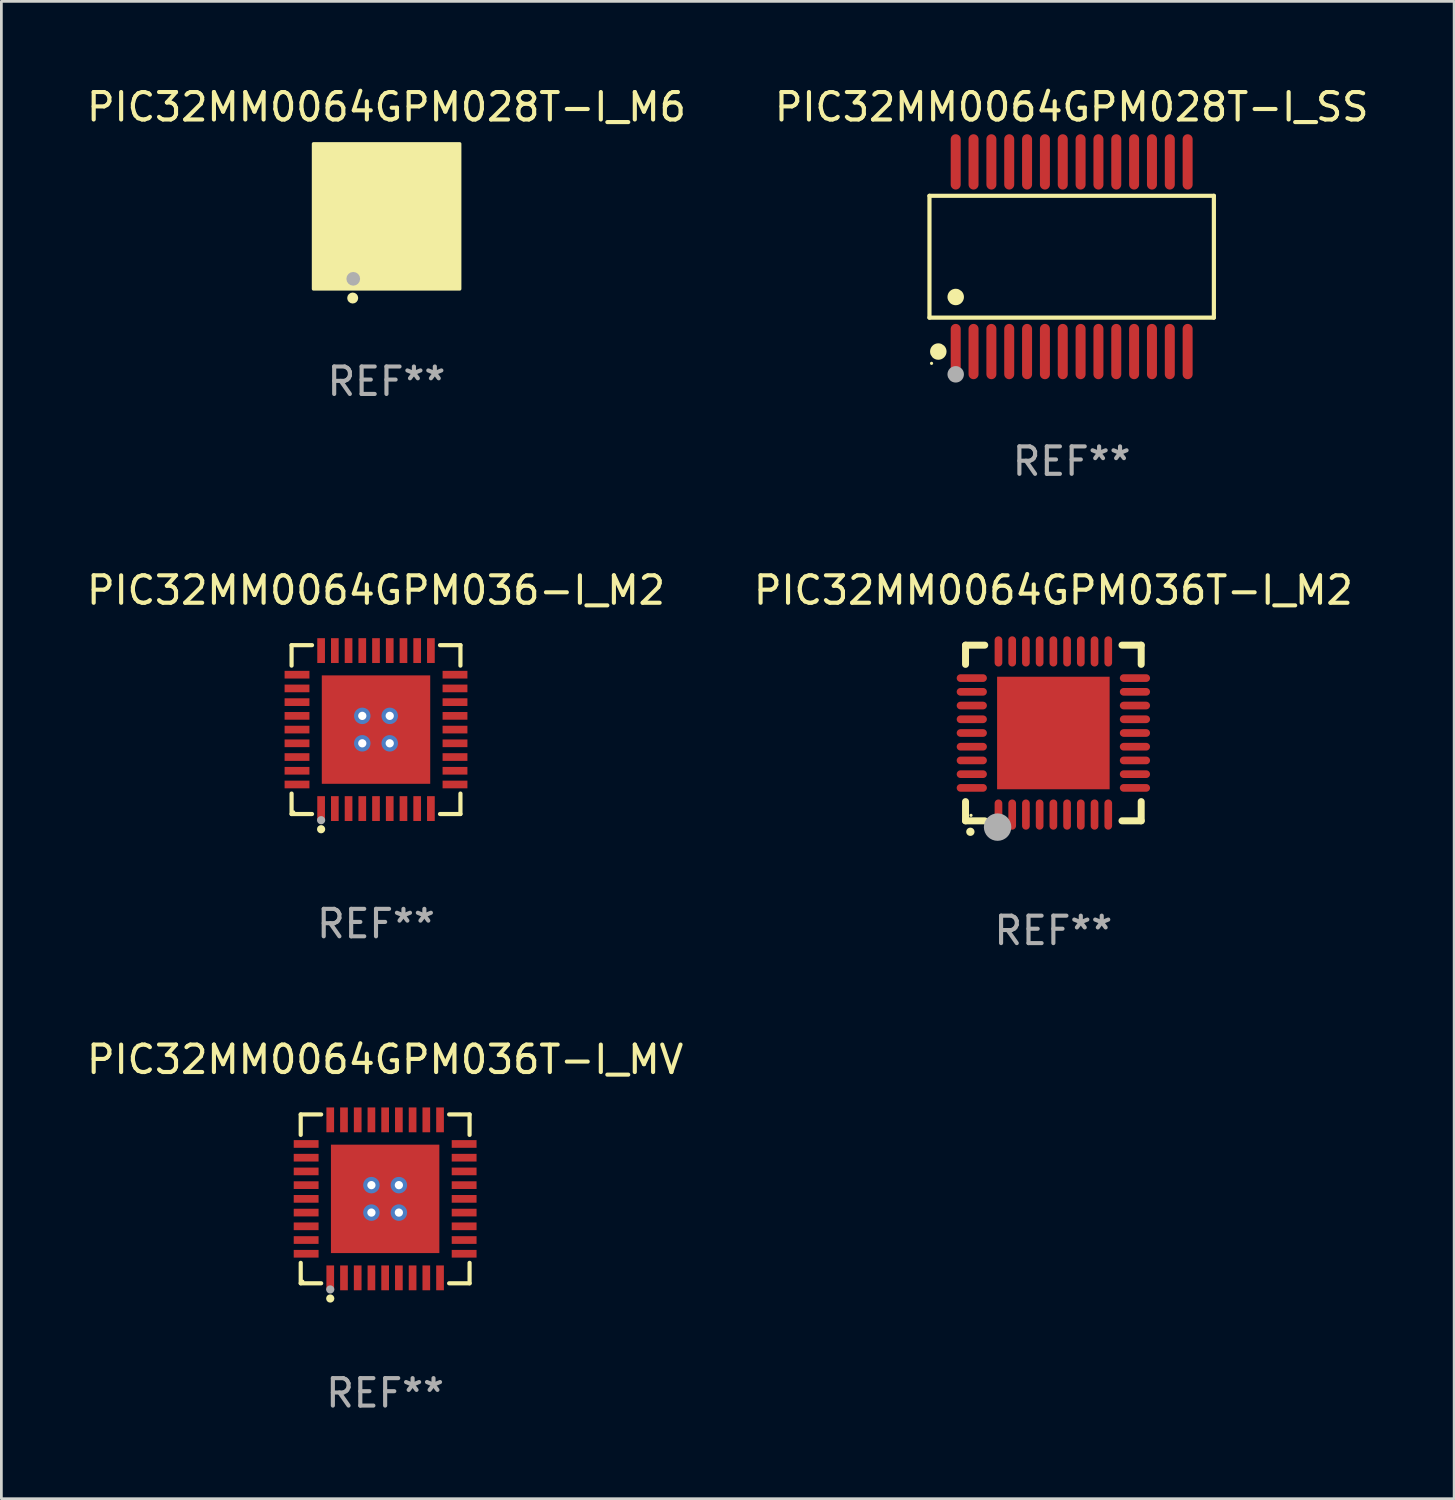
<source format=kicad_pcb>
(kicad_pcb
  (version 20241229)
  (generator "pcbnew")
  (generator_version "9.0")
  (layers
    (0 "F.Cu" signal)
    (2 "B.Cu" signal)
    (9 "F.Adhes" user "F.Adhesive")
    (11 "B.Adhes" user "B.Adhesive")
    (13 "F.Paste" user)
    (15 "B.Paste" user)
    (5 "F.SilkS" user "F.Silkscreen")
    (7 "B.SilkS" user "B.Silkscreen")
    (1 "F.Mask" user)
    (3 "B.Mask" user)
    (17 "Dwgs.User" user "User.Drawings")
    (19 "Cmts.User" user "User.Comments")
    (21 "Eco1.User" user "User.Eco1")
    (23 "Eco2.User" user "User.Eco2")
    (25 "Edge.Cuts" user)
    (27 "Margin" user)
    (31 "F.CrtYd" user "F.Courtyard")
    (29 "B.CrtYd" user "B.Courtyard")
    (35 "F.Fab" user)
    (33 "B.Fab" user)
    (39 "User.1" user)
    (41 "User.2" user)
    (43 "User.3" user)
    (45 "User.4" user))
  (footprint "PIC32MM0064GPM028T-I_M6"
    (layer "F.Cu")
    (at 11.03 4.848)
    (property "Reference" "PIC32MM0064GPM028T-I_M6" (at 0 -4 0) (layer "F.SilkS") (effects (font (size 1 1) (thickness 0.15))))
    (attr through_hole)
    (fp_circle (center -2 2) (end -1.97 2) (stroke (width 0.06) (type solid)) (fill no) (layer "F.SilkS"))
    (fp_circle (center -1.23 2.96) (end -1.13 2.96) (stroke (width 0.2) (type solid)) (fill no) (layer "F.SilkS"))
    (fp_poly (pts (xy -2.66 -2.66) (xy 2.67 -2.66) (xy 2.67 2.63) (xy -2.66 2.63)) (stroke (width 0.12) (type solid)) (fill yes) (layer "F.SilkS"))
    (fp_circle (center -1.21 2.26) (end -1.085 2.26) (stroke (width 0.25) (type solid)) (fill no) (layer "F.Fab"))
    (fp_text user "REF**" (at 0 6 0) (layer "F.Fab") (effects (font (size 1 1) (thickness 0.15))))
    (pad "1" smd rect (at -1.2 2 180) (size 0.2 0.85) (layers "F.Cu" "F.Mask" "F.Paste"))
    (pad "2" smd rect (at -0.8 2 180) (size 0.2 0.85) (layers "F.Cu" "F.Mask" "F.Paste"))
    (pad "3" smd rect (at -0.4 2 180) (size 0.2 0.85) (layers "F.Cu" "F.Mask" "F.Paste"))
    (pad "4" smd rect (at -0.000025 2 180) (size 0.2 0.85) (layers "F.Cu" "F.Mask" "F.Paste"))
    (pad "5" smd rect (at 0.4 2 180) (size 0.2 0.85) (layers "F.Cu" "F.Mask" "F.Paste"))
    (pad "6" smd rect (at 0.8 2 180) (size 0.2 0.85) (layers "F.Cu" "F.Mask" "F.Paste"))
    (pad "7" smd rect (at 1.2 2 180) (size 0.2 0.85) (layers "F.Cu" "F.Mask" "F.Paste"))
    (pad "8" smd rect (at 2 1.2 270) (size 0.2 0.85) (layers "F.Cu" "F.Mask" "F.Paste"))
    (pad "9" smd rect (at 2 0.8 270) (size 0.2 0.85) (layers "F.Cu" "F.Mask" "F.Paste"))
    (pad "10" smd rect (at 2 0.4 270) (size 0.2 0.85) (layers "F.Cu" "F.Mask" "F.Paste"))
    (pad "11" smd rect (at 2 -0.000025 270) (size 0.2 0.85) (layers "F.Cu" "F.Mask" "F.Paste"))
    (pad "12" smd rect (at 2 -0.4 270) (size 0.2 0.85) (layers "F.Cu" "F.Mask" "F.Paste"))
    (pad "13" smd rect (at 2 -0.8 270) (size 0.2 0.85) (layers "F.Cu" "F.Mask" "F.Paste"))
    (pad "14" smd rect (at 2 -1.2 270) (size 0.2 0.85) (layers "F.Cu" "F.Mask" "F.Paste"))
    (pad "15" smd rect (at 1.2 -2) (size 0.2 0.85) (layers "F.Cu" "F.Mask" "F.Paste"))
    (pad "16" smd rect (at 0.8 -2) (size 0.2 0.85) (layers "F.Cu" "F.Mask" "F.Paste"))
    (pad "17" smd rect (at 0.4 -2) (size 0.2 0.85) (layers "F.Cu" "F.Mask" "F.Paste"))
    (pad "18" smd rect (at -0.000051 -2) (size 0.2 0.85) (layers "F.Cu" "F.Mask" "F.Paste"))
    (pad "19" smd rect (at -0.4 -2) (size 0.2 0.85) (layers "F.Cu" "F.Mask" "F.Paste"))
    (pad "20" smd rect (at -0.8 -2) (size 0.2 0.85) (layers "F.Cu" "F.Mask" "F.Paste"))
    (pad "21" smd rect (at -1.2 -2) (size 0.2 0.85) (layers "F.Cu" "F.Mask" "F.Paste"))
    (pad "22" smd rect (at -2 -1.2 90) (size 0.2 0.85) (layers "F.Cu" "F.Mask" "F.Paste"))
    (pad "23" smd rect (at -2 -0.8 90) (size 0.2 0.85) (layers "F.Cu" "F.Mask" "F.Paste"))
    (pad "24" smd rect (at -2 -0.4 90) (size 0.2 0.85) (layers "F.Cu" "F.Mask" "F.Paste"))
    (pad "25" smd rect (at -2 -0.000025 90) (size 0.2 0.85) (layers "F.Cu" "F.Mask" "F.Paste"))
    (pad "26" smd rect (at -2 0.4 90) (size 0.2 0.85) (layers "F.Cu" "F.Mask" "F.Paste"))
    (pad "27" smd rect (at -2 0.8 90) (size 0.2 0.85) (layers "F.Cu" "F.Mask" "F.Paste"))
    (pad "28" smd rect (at -2 1.2 90) (size 0.2 0.85) (layers "F.Cu" "F.Mask" "F.Paste"))
    (pad "29" smd rect (at -1.95 -1.95 90) (size 0.78 0.78) (layers "F.Cu" "F.Mask" "F.Paste"))
    (pad "29" smd rect (at -1.95 1.95 90) (size 0.78 0.78) (layers "F.Cu" "F.Mask" "F.Paste"))
    (pad "29" smd rect (at 0.000254 0 90) (size 2 2) (layers "F.Cu" "F.Mask" "F.Paste"))
    (pad "29" smd rect (at 1.95 -1.95 90) (size 0.78 0.78) (layers "F.Cu" "F.Mask" "F.Paste"))
    (pad "29" smd rect (at 1.95 1.95 90) (size 0.78 0.78) (layers "F.Cu" "F.Mask" "F.Paste")))
  (footprint "PIC32MM0064GPM036-I_M2"
    (layer "F.Cu")
    (at 10.649 23.531)
    (property "Reference" "PIC32MM0064GPM036-I_M2" (at 0 -5.076 0) (layer "F.SilkS") (effects (font (size 1 1) (thickness 0.15))))
    (attr through_hole)
    (fp_line (start -3.076 -3.076) (end -2.331 -3.076) (stroke (width 0.152) (type solid)) (layer "F.SilkS"))
    (fp_line (start -3.076 -2.331) (end -3.076 -3.076) (stroke (width 0.152) (type solid)) (layer "F.SilkS"))
    (fp_line (start -3.076 2.331) (end -3.076 3.076) (stroke (width 0.152) (type solid)) (layer "F.SilkS"))
    (fp_line (start -3.076 3.076) (end -2.331 3.076) (stroke (width 0.152) (type solid)) (layer "F.SilkS"))
    (fp_line (start 3.076 -3.076) (end 2.331 -3.076) (stroke (width 0.152) (type solid)) (layer "F.SilkS"))
    (fp_line (start 3.076 -2.331) (end 3.076 -3.076) (stroke (width 0.152) (type solid)) (layer "F.SilkS"))
    (fp_line (start 3.076 2.331) (end 3.076 3.076) (stroke (width 0.152) (type solid)) (layer "F.SilkS"))
    (fp_line (start 3.076 3.076) (end 2.331 3.076) (stroke (width 0.152) (type solid)) (layer "F.SilkS"))
    (fp_circle (center -3 3) (end -2.97 3) (stroke (width 0.06) (type solid)) (fill no) (layer "F.SilkS"))
    (fp_circle (center -2 3.63) (end -1.925 3.63) (stroke (width 0.15) (type solid)) (fill no) (layer "F.SilkS"))
    (fp_circle (center -2 3.3) (end -1.925 3.3) (stroke (width 0.15) (type solid)) (fill no) (layer "F.Fab"))
    (fp_text user "REF**" (at 0 7.076 0) (layer "F.Fab") (effects (font (size 1 1) (thickness 0.15))))
    (pad "1" smd rect (at -2 2.878) (size 0.28 0.905) (layers "F.Cu" "F.Mask" "F.Paste"))
    (pad "2" smd rect (at -1.5 2.878) (size 0.28 0.905) (layers "F.Cu" "F.Mask" "F.Paste"))
    (pad "3" smd rect (at -1 2.878) (size 0.28 0.905) (layers "F.Cu" "F.Mask" "F.Paste"))
    (pad "4" smd rect (at -0.5 2.878) (size 0.28 0.905) (layers "F.Cu" "F.Mask" "F.Paste"))
    (pad "5" smd rect (at 0 2.878) (size 0.28 0.905) (layers "F.Cu" "F.Mask" "F.Paste"))
    (pad "6" smd rect (at 0.5 2.878) (size 0.28 0.905) (layers "F.Cu" "F.Mask" "F.Paste"))
    (pad "7" smd rect (at 1 2.878) (size 0.28 0.905) (layers "F.Cu" "F.Mask" "F.Paste"))
    (pad "8" smd rect (at 1.5 2.878) (size 0.28 0.905) (layers "F.Cu" "F.Mask" "F.Paste"))
    (pad "9" smd rect (at 2 2.878) (size 0.28 0.905) (layers "F.Cu" "F.Mask" "F.Paste"))
    (pad "10" smd rect (at 2.878 2) (size 0.905 0.28) (layers "F.Cu" "F.Mask" "F.Paste"))
    (pad "11" smd rect (at 2.878 1.5) (size 0.905 0.28) (layers "F.Cu" "F.Mask" "F.Paste"))
    (pad "12" smd rect (at 2.878 1) (size 0.905 0.28) (layers "F.Cu" "F.Mask" "F.Paste"))
    (pad "13" smd rect (at 2.878 0.5) (size 0.905 0.28) (layers "F.Cu" "F.Mask" "F.Paste"))
    (pad "14" smd rect (at 2.878 0) (size 0.905 0.28) (layers "F.Cu" "F.Mask" "F.Paste"))
    (pad "15" smd rect (at 2.878 -0.5) (size 0.905 0.28) (layers "F.Cu" "F.Mask" "F.Paste"))
    (pad "16" smd rect (at 2.878 -1) (size 0.905 0.28) (layers "F.Cu" "F.Mask" "F.Paste"))
    (pad "17" smd rect (at 2.878 -1.5) (size 0.905 0.28) (layers "F.Cu" "F.Mask" "F.Paste"))
    (pad "18" smd rect (at 2.878 -2) (size 0.905 0.28) (layers "F.Cu" "F.Mask" "F.Paste"))
    (pad "19" smd rect (at 2 -2.878) (size 0.28 0.905) (layers "F.Cu" "F.Mask" "F.Paste"))
    (pad "20" smd rect (at 1.5 -2.878) (size 0.28 0.905) (layers "F.Cu" "F.Mask" "F.Paste"))
    (pad "21" smd rect (at 1 -2.878) (size 0.28 0.905) (layers "F.Cu" "F.Mask" "F.Paste"))
    (pad "22" smd rect (at 0.5 -2.878) (size 0.28 0.905) (layers "F.Cu" "F.Mask" "F.Paste"))
    (pad "23" smd rect (at 0 -2.878) (size 0.28 0.905) (layers "F.Cu" "F.Mask" "F.Paste"))
    (pad "24" smd rect (at -0.5 -2.878) (size 0.28 0.905) (layers "F.Cu" "F.Mask" "F.Paste"))
    (pad "25" smd rect (at -1 -2.878) (size 0.28 0.905) (layers "F.Cu" "F.Mask" "F.Paste"))
    (pad "26" smd rect (at -1.5 -2.878) (size 0.28 0.905) (layers "F.Cu" "F.Mask" "F.Paste"))
    (pad "27" smd rect (at -2 -2.878) (size 0.28 0.905) (layers "F.Cu" "F.Mask" "F.Paste"))
    (pad "28" smd rect (at -2.878 -2) (size 0.905 0.28) (layers "F.Cu" "F.Mask" "F.Paste"))
    (pad "29" smd rect (at -2.878 -1.5) (size 0.905 0.28) (layers "F.Cu" "F.Mask" "F.Paste"))
    (pad "30" smd rect (at -2.878 -1) (size 0.905 0.28) (layers "F.Cu" "F.Mask" "F.Paste"))
    (pad "31" smd rect (at -2.878 -0.5) (size 0.905 0.28) (layers "F.Cu" "F.Mask" "F.Paste"))
    (pad "32" smd rect (at -2.878 0) (size 0.905 0.28) (layers "F.Cu" "F.Mask" "F.Paste"))
    (pad "33" smd rect (at -2.878 0.5) (size 0.905 0.28) (layers "F.Cu" "F.Mask" "F.Paste"))
    (pad "34" smd rect (at -2.878 1) (size 0.905 0.28) (layers "F.Cu" "F.Mask" "F.Paste"))
    (pad "35" smd rect (at -2.878 1.5) (size 0.905 0.28) (layers "F.Cu" "F.Mask" "F.Paste"))
    (pad "36" smd rect (at -2.878 2) (size 0.905 0.28) (layers "F.Cu" "F.Mask" "F.Paste"))
    (pad "37" thru_hole circle (at -0.5 -0.5) (size 0.6 0.6) (drill 0.3) (layers "*.Cu" "*.Mask"))
    (pad "37" thru_hole circle (at -0.5 0.5) (size 0.6 0.6) (drill 0.3) (layers "*.Cu" "*.Mask"))
    (pad "37" smd rect (at 0 0) (size 3.95 3.95) (layers "F.Cu" "F.Mask" "F.Paste"))
    (pad "37" thru_hole circle (at 0.5 -0.5) (size 0.6 0.6) (drill 0.3) (layers "*.Cu" "*.Mask"))
    (pad "37" thru_hole circle (at 0.5 0.5) (size 0.6 0.6) (drill 0.3) (layers "*.Cu" "*.Mask")))
  (footprint "PIC32MM0064GPM028T-I_SS"
    (layer "F.Cu")
    (at 35.994 6.303)
    (property "Reference" "PIC32MM0064GPM028T-I_SS" (at 0 -5.455 0) (layer "F.SilkS") (effects (font (size 1 1) (thickness 0.15))))
    (attr through_hole)
    (fp_line (start -5.181 -2.219) (end 5.181 -2.219) (stroke (width 0.152) (type solid)) (layer "F.SilkS"))
    (fp_line (start -5.181 2.219) (end -5.181 -2.219) (stroke (width 0.152) (type solid)) (layer "F.SilkS"))
    (fp_line (start 5.181 -2.219) (end 5.181 2.219) (stroke (width 0.152) (type solid)) (layer "F.SilkS"))
    (fp_line (start 5.181 2.219) (end -5.181 2.219) (stroke (width 0.152) (type solid)) (layer "F.SilkS"))
    (fp_circle (center -5.105 3.885) (end -5.075 3.885) (stroke (width 0.06) (type solid)) (fill no) (layer "F.SilkS"))
    (fp_circle (center -4.859 3.455) (end -4.709 3.455) (stroke (width 0.3) (type solid)) (fill no) (layer "F.SilkS"))
    (fp_circle (center -4.225 1.467) (end -4.075 1.467) (stroke (width 0.3) (type solid)) (fill no) (layer "F.SilkS"))
    (fp_circle (center -4.225 4.285) (end -4.075 4.285) (stroke (width 0.3) (type solid)) (fill no) (layer "F.Fab"))
    (fp_text user "REF**" (at 0 7.455 0) (layer "F.Fab") (effects (font (size 1 1) (thickness 0.15))))
    (pad "1" smd oval (at -4.225 3.455) (size 0.364 2.015) (layers "F.Cu" "F.Mask" "F.Paste"))
    (pad "2" smd oval (at -3.575 3.455) (size 0.364 2.015) (layers "F.Cu" "F.Mask" "F.Paste"))
    (pad "3" smd oval (at -2.925 3.455) (size 0.364 2.015) (layers "F.Cu" "F.Mask" "F.Paste"))
    (pad "4" smd oval (at -2.275 3.455) (size 0.364 2.015) (layers "F.Cu" "F.Mask" "F.Paste"))
    (pad "5" smd oval (at -1.625 3.455) (size 0.364 2.015) (layers "F.Cu" "F.Mask" "F.Paste"))
    (pad "6" smd oval (at -0.975 3.455) (size 0.364 2.015) (layers "F.Cu" "F.Mask" "F.Paste"))
    (pad "7" smd oval (at -0.325 3.455) (size 0.364 2.015) (layers "F.Cu" "F.Mask" "F.Paste"))
    (pad "8" smd oval (at 0.325 3.455) (size 0.364 2.015) (layers "F.Cu" "F.Mask" "F.Paste"))
    (pad "9" smd oval (at 0.975 3.455) (size 0.364 2.015) (layers "F.Cu" "F.Mask" "F.Paste"))
    (pad "10" smd oval (at 1.625 3.455) (size 0.364 2.015) (layers "F.Cu" "F.Mask" "F.Paste"))
    (pad "11" smd oval (at 2.275 3.455) (size 0.364 2.015) (layers "F.Cu" "F.Mask" "F.Paste"))
    (pad "12" smd oval (at 2.925 3.455) (size 0.364 2.015) (layers "F.Cu" "F.Mask" "F.Paste"))
    (pad "13" smd oval (at 3.575 3.455) (size 0.364 2.015) (layers "F.Cu" "F.Mask" "F.Paste"))
    (pad "14" smd oval (at 4.225 3.455) (size 0.364 2.015) (layers "F.Cu" "F.Mask" "F.Paste"))
    (pad "15" smd oval (at 4.225 -3.455) (size 0.364 2.015) (layers "F.Cu" "F.Mask" "F.Paste"))
    (pad "16" smd oval (at 3.575 -3.455) (size 0.364 2.015) (layers "F.Cu" "F.Mask" "F.Paste"))
    (pad "17" smd oval (at 2.925 -3.455) (size 0.364 2.015) (layers "F.Cu" "F.Mask" "F.Paste"))
    (pad "18" smd oval (at 2.275 -3.455) (size 0.364 2.015) (layers "F.Cu" "F.Mask" "F.Paste"))
    (pad "19" smd oval (at 1.625 -3.455) (size 0.364 2.015) (layers "F.Cu" "F.Mask" "F.Paste"))
    (pad "20" smd oval (at 0.975 -3.455) (size 0.364 2.015) (layers "F.Cu" "F.Mask" "F.Paste"))
    (pad "21" smd oval (at 0.325 -3.455) (size 0.364 2.015) (layers "F.Cu" "F.Mask" "F.Paste"))
    (pad "22" smd oval (at -0.325 -3.455) (size 0.364 2.015) (layers "F.Cu" "F.Mask" "F.Paste"))
    (pad "23" smd oval (at -0.975 -3.455) (size 0.364 2.015) (layers "F.Cu" "F.Mask" "F.Paste"))
    (pad "24" smd oval (at -1.625 -3.455) (size 0.364 2.015) (layers "F.Cu" "F.Mask" "F.Paste"))
    (pad "25" smd oval (at -2.275 -3.455) (size 0.364 2.015) (layers "F.Cu" "F.Mask" "F.Paste"))
    (pad "26" smd oval (at -2.925 -3.455) (size 0.364 2.015) (layers "F.Cu" "F.Mask" "F.Paste"))
    (pad "27" smd oval (at -3.575 -3.455) (size 0.364 2.015) (layers "F.Cu" "F.Mask" "F.Paste"))
    (pad "28" smd oval (at -4.225 -3.455) (size 0.364 2.015) (layers "F.Cu" "F.Mask" "F.Paste")))
  (footprint "PIC32MM0064GPM036T-I_M2"
    (layer "F.Cu")
    (at 35.327 23.655)
    (property "Reference" "PIC32MM0064GPM036T-I_M2" (at 0 -5.2 0) (layer "F.SilkS") (effects (font (size 1 1) (thickness 0.15))))
    (attr through_hole)
    (fp_line (start -3.2 -3.2) (end -2.5 -3.2) (stroke (width 0.254) (type solid)) (layer "F.SilkS"))
    (fp_line (start -3.2 -2.5) (end -3.2 -3.2) (stroke (width 0.254) (type solid)) (layer "F.SilkS"))
    (fp_line (start -3.2 3.2) (end -3.2 2.5) (stroke (width 0.254) (type solid)) (layer "F.SilkS"))
    (fp_line (start -2.5 3.2) (end -3.2 3.2) (stroke (width 0.254) (type solid)) (layer "F.SilkS"))
    (fp_line (start 3.2 -3.2) (end 2.5 -3.2) (stroke (width 0.254) (type solid)) (layer "F.SilkS"))
    (fp_line (start 3.2 -2.5) (end 3.2 -3.2) (stroke (width 0.254) (type solid)) (layer "F.SilkS"))
    (fp_line (start 3.2 2.5) (end 3.2 3.2) (stroke (width 0.254) (type solid)) (layer "F.SilkS"))
    (fp_line (start 3.2 3.2) (end 2.5 3.2) (stroke (width 0.254) (type solid)) (layer "F.SilkS"))
    (fp_arc (start -3.025146 3.599187) (mid -3.023876 3.599182) (end -3.022606 3.599187) (stroke (width 0.3) (type solid)) (layer "F.SilkS"))
    (fp_circle (center -3 3) (end -2.97 3) (stroke (width 0.06) (type solid)) (fill no) (layer "F.SilkS"))
    (fp_circle (center -2.032 3.429) (end -1.782 3.429) (stroke (width 0.5) (type solid)) (fill no) (layer "F.Fab"))
    (fp_text user "REF**" (at 0 7.2 0) (layer "F.Fab") (effects (font (size 1 1) (thickness 0.15))))
    (pad "1" smd oval (at -2 2.972) (size 0.28 1.1) (layers "F.Cu" "F.Mask" "F.Paste"))
    (pad "2" smd oval (at -1.5 2.972) (size 0.28 1.1) (layers "F.Cu" "F.Mask" "F.Paste"))
    (pad "3" smd oval (at -1 2.972) (size 0.28 1.1) (layers "F.Cu" "F.Mask" "F.Paste"))
    (pad "4" smd oval (at -0.5 2.972) (size 0.28 1.1) (layers "F.Cu" "F.Mask" "F.Paste"))
    (pad "5" smd oval (at 0.000102 2.972) (size 0.28 1.1) (layers "F.Cu" "F.Mask" "F.Paste"))
    (pad "6" smd oval (at 0.5 2.972) (size 0.28 1.1) (layers "F.Cu" "F.Mask" "F.Paste"))
    (pad "7" smd oval (at 1 2.972) (size 0.28 1.1) (layers "F.Cu" "F.Mask" "F.Paste"))
    (pad "8" smd oval (at 1.5 2.972) (size 0.28 1.1) (layers "F.Cu" "F.Mask" "F.Paste"))
    (pad "9" smd oval (at 2 2.972) (size 0.28 1.1) (layers "F.Cu" "F.Mask" "F.Paste"))
    (pad "10" smd oval (at 2.972 2 90) (size 0.28 1.1) (layers "F.Cu" "F.Mask" "F.Paste"))
    (pad "11" smd oval (at 2.972 1.5 90) (size 0.28 1.1) (layers "F.Cu" "F.Mask" "F.Paste"))
    (pad "12" smd oval (at 2.972 1 90) (size 0.28 1.1) (layers "F.Cu" "F.Mask" "F.Paste"))
    (pad "13" smd oval (at 2.972 0.5 90) (size 0.28 1.1) (layers "F.Cu" "F.Mask" "F.Paste"))
    (pad "14" smd oval (at 2.972 0.000102 90) (size 0.28 1.1) (layers "F.Cu" "F.Mask" "F.Paste"))
    (pad "15" smd oval (at 2.972 -0.5 90) (size 0.28 1.1) (layers "F.Cu" "F.Mask" "F.Paste"))
    (pad "16" smd oval (at 2.972 -1 90) (size 0.28 1.1) (layers "F.Cu" "F.Mask" "F.Paste"))
    (pad "17" smd oval (at 2.972 -1.5 90) (size 0.28 1.1) (layers "F.Cu" "F.Mask" "F.Paste"))
    (pad "18" smd oval (at 2.972 -2 90) (size 0.28 1.1) (layers "F.Cu" "F.Mask" "F.Paste"))
    (pad "19" smd oval (at 2 -2.972 180) (size 0.28 1.1) (layers "F.Cu" "F.Mask" "F.Paste"))
    (pad "20" smd oval (at 1.5 -2.972 180) (size 0.28 1.1) (layers "F.Cu" "F.Mask" "F.Paste"))
    (pad "21" smd oval (at 1 -2.972 180) (size 0.28 1.1) (layers "F.Cu" "F.Mask" "F.Paste"))
    (pad "22" smd oval (at 0.5 -2.972 180) (size 0.28 1.1) (layers "F.Cu" "F.Mask" "F.Paste"))
    (pad "23" smd oval (at 0.000102 -2.972 180) (size 0.28 1.1) (layers "F.Cu" "F.Mask" "F.Paste"))
    (pad "24" smd oval (at -0.5 -2.972 180) (size 0.28 1.1) (layers "F.Cu" "F.Mask" "F.Paste"))
    (pad "25" smd oval (at -1 -2.972 180) (size 0.28 1.1) (layers "F.Cu" "F.Mask" "F.Paste"))
    (pad "26" smd oval (at -1.5 -2.972 180) (size 0.28 1.1) (layers "F.Cu" "F.Mask" "F.Paste"))
    (pad "27" smd oval (at -2 -2.972 180) (size 0.28 1.1) (layers "F.Cu" "F.Mask" "F.Paste"))
    (pad "28" smd oval (at -2.972 -2 270) (size 0.28 1.1) (layers "F.Cu" "F.Mask" "F.Paste"))
    (pad "29" smd oval (at -2.972 -1.5 270) (size 0.28 1.1) (layers "F.Cu" "F.Mask" "F.Paste"))
    (pad "30" smd oval (at -2.972 -1 270) (size 0.28 1.1) (layers "F.Cu" "F.Mask" "F.Paste"))
    (pad "31" smd oval (at -2.972 -0.5 270) (size 0.28 1.1) (layers "F.Cu" "F.Mask" "F.Paste"))
    (pad "32" smd oval (at -2.972 0.000102 270) (size 0.28 1.1) (layers "F.Cu" "F.Mask" "F.Paste"))
    (pad "33" smd oval (at -2.972 0.5 270) (size 0.28 1.1) (layers "F.Cu" "F.Mask" "F.Paste"))
    (pad "34" smd oval (at -2.972 1 270) (size 0.28 1.1) (layers "F.Cu" "F.Mask" "F.Paste"))
    (pad "35" smd oval (at -2.972 1.5 270) (size 0.28 1.1) (layers "F.Cu" "F.Mask" "F.Paste"))
    (pad "36" smd oval (at -2.972 2 270) (size 0.28 1.1) (layers "F.Cu" "F.Mask" "F.Paste"))
    (pad "37" smd rect (at 0.000102 0.000102) (size 4.1 4.1) (layers "F.Cu" "F.Mask" "F.Paste")))
  (footprint "PIC32MM0064GPM036T-I_MV"
    (layer "F.Cu")
    (at 10.982 40.628)
    (property "Reference" "PIC32MM0064GPM036T-I_MV" (at 0 -5.076 0) (layer "F.SilkS") (effects (font (size 1 1) (thickness 0.15))))
    (attr through_hole)
    (fp_line (start -3.076 -3.076) (end -2.331 -3.076) (stroke (width 0.152) (type solid)) (layer "F.SilkS"))
    (fp_line (start -3.076 -2.331) (end -3.076 -3.076) (stroke (width 0.152) (type solid)) (layer "F.SilkS"))
    (fp_line (start -3.076 2.331) (end -3.076 3.076) (stroke (width 0.152) (type solid)) (layer "F.SilkS"))
    (fp_line (start -3.076 3.076) (end -2.331 3.076) (stroke (width 0.152) (type solid)) (layer "F.SilkS"))
    (fp_line (start 3.076 -3.076) (end 2.331 -3.076) (stroke (width 0.152) (type solid)) (layer "F.SilkS"))
    (fp_line (start 3.076 -2.331) (end 3.076 -3.076) (stroke (width 0.152) (type solid)) (layer "F.SilkS"))
    (fp_line (start 3.076 2.331) (end 3.076 3.076) (stroke (width 0.152) (type solid)) (layer "F.SilkS"))
    (fp_line (start 3.076 3.076) (end 2.331 3.076) (stroke (width 0.152) (type solid)) (layer "F.SilkS"))
    (fp_circle (center -3 3) (end -2.97 3) (stroke (width 0.06) (type solid)) (fill no) (layer "F.SilkS"))
    (fp_circle (center -2 3.63) (end -1.925 3.63) (stroke (width 0.15) (type solid)) (fill no) (layer "F.SilkS"))
    (fp_circle (center -2 3.3) (end -1.925 3.3) (stroke (width 0.15) (type solid)) (fill no) (layer "F.Fab"))
    (fp_text user "REF**" (at 0 7.076 0) (layer "F.Fab") (effects (font (size 1 1) (thickness 0.15))))
    (pad "1" smd rect (at -2 2.878) (size 0.28 0.905) (layers "F.Cu" "F.Mask" "F.Paste"))
    (pad "2" smd rect (at -1.5 2.878) (size 0.28 0.905) (layers "F.Cu" "F.Mask" "F.Paste"))
    (pad "3" smd rect (at -1 2.878) (size 0.28 0.905) (layers "F.Cu" "F.Mask" "F.Paste"))
    (pad "4" smd rect (at -0.5 2.878) (size 0.28 0.905) (layers "F.Cu" "F.Mask" "F.Paste"))
    (pad "5" smd rect (at 0 2.878) (size 0.28 0.905) (layers "F.Cu" "F.Mask" "F.Paste"))
    (pad "6" smd rect (at 0.5 2.878) (size 0.28 0.905) (layers "F.Cu" "F.Mask" "F.Paste"))
    (pad "7" smd rect (at 1 2.878) (size 0.28 0.905) (layers "F.Cu" "F.Mask" "F.Paste"))
    (pad "8" smd rect (at 1.5 2.878) (size 0.28 0.905) (layers "F.Cu" "F.Mask" "F.Paste"))
    (pad "9" smd rect (at 2 2.878) (size 0.28 0.905) (layers "F.Cu" "F.Mask" "F.Paste"))
    (pad "10" smd rect (at 2.878 2) (size 0.905 0.28) (layers "F.Cu" "F.Mask" "F.Paste"))
    (pad "11" smd rect (at 2.878 1.5) (size 0.905 0.28) (layers "F.Cu" "F.Mask" "F.Paste"))
    (pad "12" smd rect (at 2.878 1) (size 0.905 0.28) (layers "F.Cu" "F.Mask" "F.Paste"))
    (pad "13" smd rect (at 2.878 0.5) (size 0.905 0.28) (layers "F.Cu" "F.Mask" "F.Paste"))
    (pad "14" smd rect (at 2.878 0) (size 0.905 0.28) (layers "F.Cu" "F.Mask" "F.Paste"))
    (pad "15" smd rect (at 2.878 -0.5) (size 0.905 0.28) (layers "F.Cu" "F.Mask" "F.Paste"))
    (pad "16" smd rect (at 2.878 -1) (size 0.905 0.28) (layers "F.Cu" "F.Mask" "F.Paste"))
    (pad "17" smd rect (at 2.878 -1.5) (size 0.905 0.28) (layers "F.Cu" "F.Mask" "F.Paste"))
    (pad "18" smd rect (at 2.878 -2) (size 0.905 0.28) (layers "F.Cu" "F.Mask" "F.Paste"))
    (pad "19" smd rect (at 2 -2.878) (size 0.28 0.905) (layers "F.Cu" "F.Mask" "F.Paste"))
    (pad "20" smd rect (at 1.5 -2.878) (size 0.28 0.905) (layers "F.Cu" "F.Mask" "F.Paste"))
    (pad "21" smd rect (at 1 -2.878) (size 0.28 0.905) (layers "F.Cu" "F.Mask" "F.Paste"))
    (pad "22" smd rect (at 0.5 -2.878) (size 0.28 0.905) (layers "F.Cu" "F.Mask" "F.Paste"))
    (pad "23" smd rect (at 0 -2.878) (size 0.28 0.905) (layers "F.Cu" "F.Mask" "F.Paste"))
    (pad "24" smd rect (at -0.5 -2.878) (size 0.28 0.905) (layers "F.Cu" "F.Mask" "F.Paste"))
    (pad "25" smd rect (at -1 -2.878) (size 0.28 0.905) (layers "F.Cu" "F.Mask" "F.Paste"))
    (pad "26" smd rect (at -1.5 -2.878) (size 0.28 0.905) (layers "F.Cu" "F.Mask" "F.Paste"))
    (pad "27" smd rect (at -2 -2.878) (size 0.28 0.905) (layers "F.Cu" "F.Mask" "F.Paste"))
    (pad "28" smd rect (at -2.878 -2) (size 0.905 0.28) (layers "F.Cu" "F.Mask" "F.Paste"))
    (pad "29" smd rect (at -2.878 -1.5) (size 0.905 0.28) (layers "F.Cu" "F.Mask" "F.Paste"))
    (pad "30" smd rect (at -2.878 -1) (size 0.905 0.28) (layers "F.Cu" "F.Mask" "F.Paste"))
    (pad "31" smd rect (at -2.878 -0.5) (size 0.905 0.28) (layers "F.Cu" "F.Mask" "F.Paste"))
    (pad "32" smd rect (at -2.878 0) (size 0.905 0.28) (layers "F.Cu" "F.Mask" "F.Paste"))
    (pad "33" smd rect (at -2.878 0.5) (size 0.905 0.28) (layers "F.Cu" "F.Mask" "F.Paste"))
    (pad "34" smd rect (at -2.878 1) (size 0.905 0.28) (layers "F.Cu" "F.Mask" "F.Paste"))
    (pad "35" smd rect (at -2.878 1.5) (size 0.905 0.28) (layers "F.Cu" "F.Mask" "F.Paste"))
    (pad "36" smd rect (at -2.878 2) (size 0.905 0.28) (layers "F.Cu" "F.Mask" "F.Paste"))
    (pad "37" thru_hole circle (at -0.5 -0.5) (size 0.6 0.6) (drill 0.3) (layers "*.Cu" "*.Mask"))
    (pad "37" thru_hole circle (at -0.5 0.5) (size 0.6 0.6) (drill 0.3) (layers "*.Cu" "*.Mask"))
    (pad "37" smd rect (at 0 0) (size 3.95 3.95) (layers "F.Cu" "F.Mask" "F.Paste"))
    (pad "37" thru_hole circle (at 0.5 -0.5) (size 0.6 0.6) (drill 0.3) (layers "*.Cu" "*.Mask"))
    (pad "37" thru_hole circle (at 0.5 0.5) (size 0.6 0.6) (drill 0.3) (layers "*.Cu" "*.Mask")))
  (gr_rect
    (start -3 -3)
    (end 49.929 51.552)
    (stroke (width 0.1) (type default))
    (fill no)
    (layer "Edge.Cuts")))
</source>
